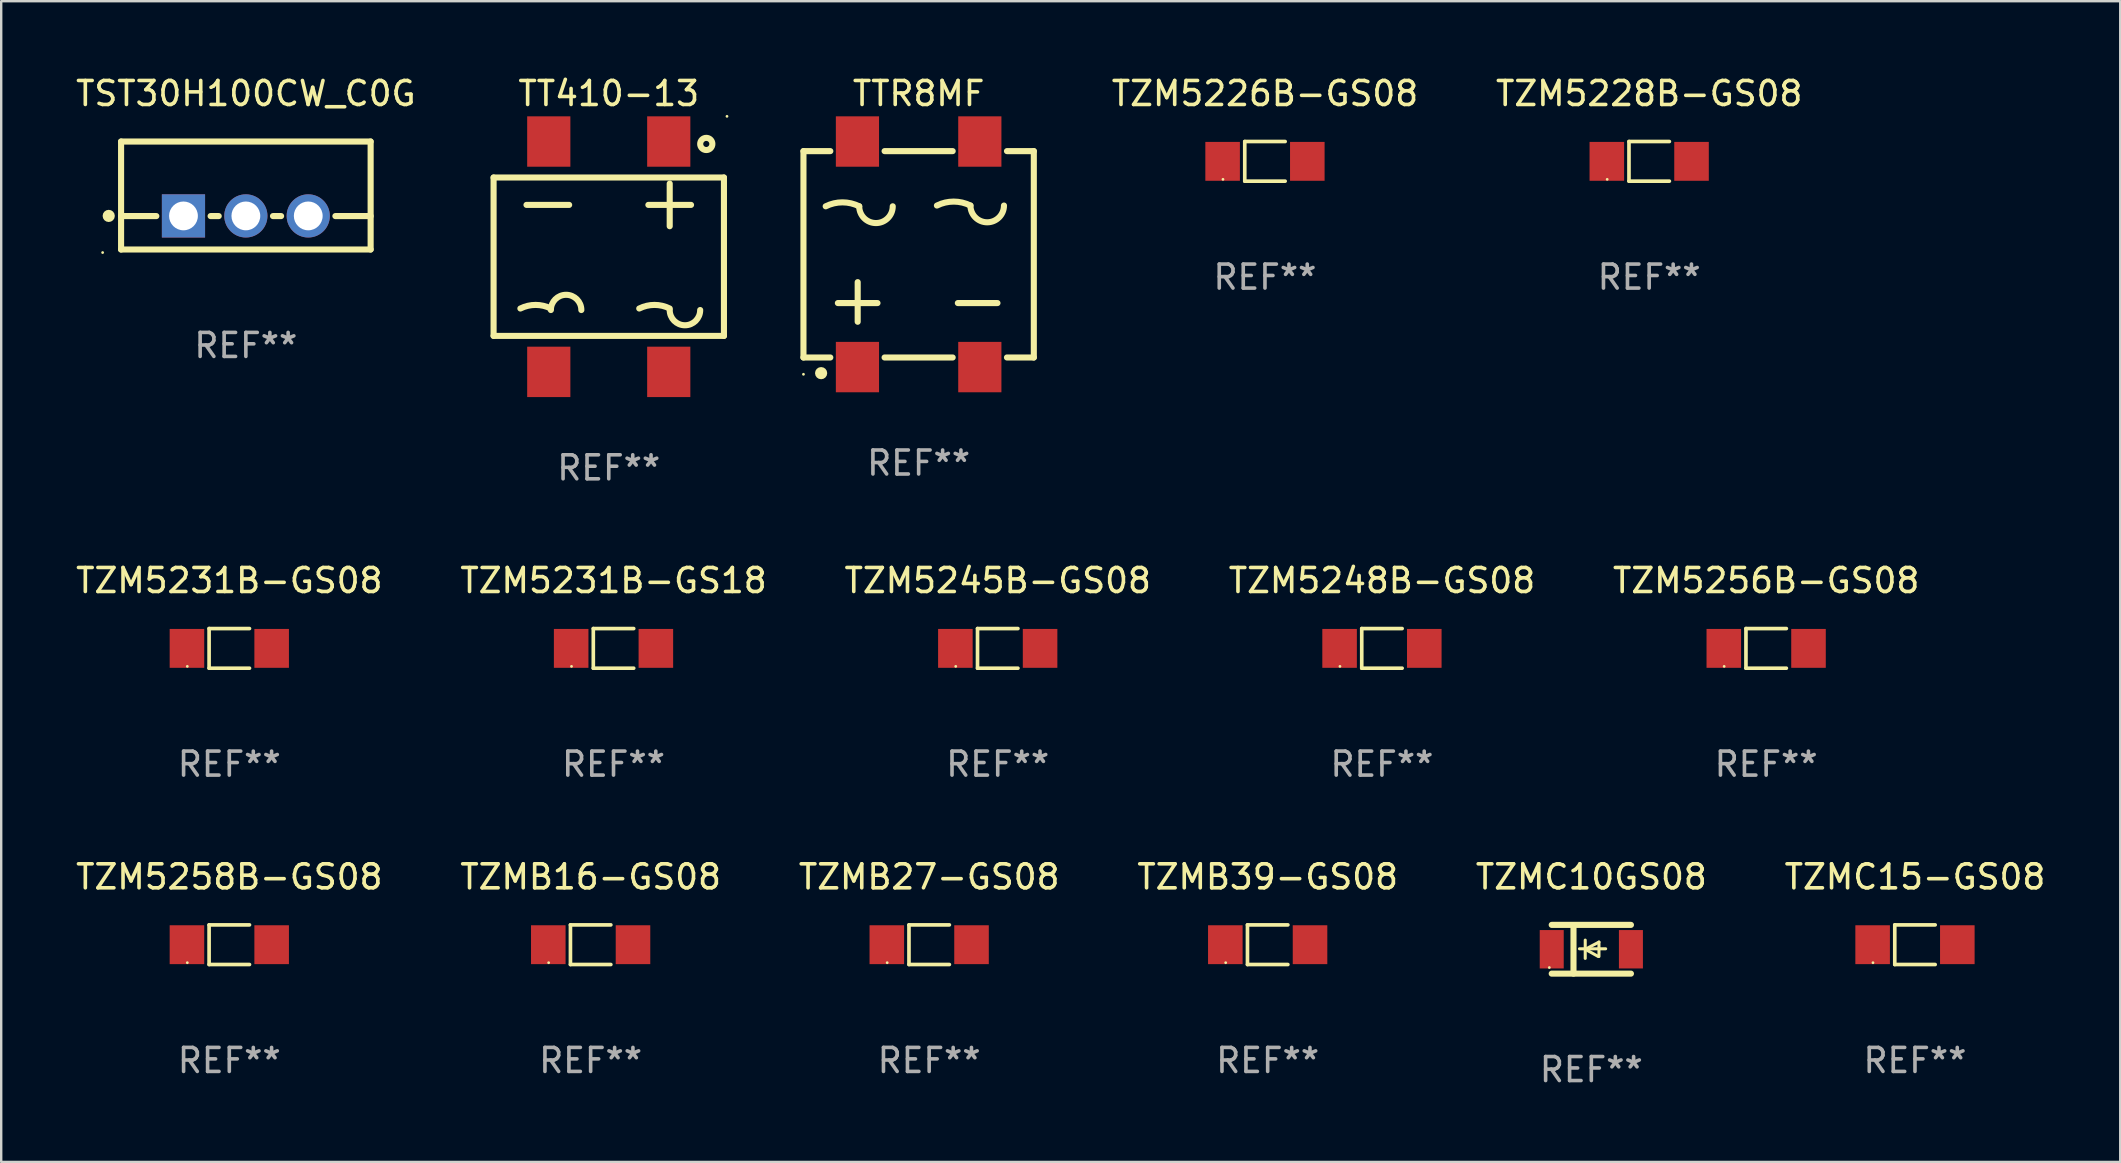
<source format=kicad_pcb>
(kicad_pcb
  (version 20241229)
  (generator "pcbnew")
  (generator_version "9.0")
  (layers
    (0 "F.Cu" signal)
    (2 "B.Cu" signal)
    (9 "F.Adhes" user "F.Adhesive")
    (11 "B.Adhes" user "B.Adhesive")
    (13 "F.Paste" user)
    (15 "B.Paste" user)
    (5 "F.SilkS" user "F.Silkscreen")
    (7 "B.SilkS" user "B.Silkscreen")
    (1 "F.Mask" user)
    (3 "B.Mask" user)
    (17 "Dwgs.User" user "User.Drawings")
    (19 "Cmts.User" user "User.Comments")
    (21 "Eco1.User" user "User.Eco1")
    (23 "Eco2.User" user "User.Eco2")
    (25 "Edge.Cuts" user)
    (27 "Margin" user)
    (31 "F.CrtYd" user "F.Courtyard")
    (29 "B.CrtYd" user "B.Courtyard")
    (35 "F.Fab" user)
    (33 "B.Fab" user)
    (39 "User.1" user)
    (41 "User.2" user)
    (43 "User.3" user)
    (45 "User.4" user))
  (footprint "TZM5231B-GS08"
    (layer "F.Cu")
    (at 6.506 23.971)
    (property "Reference" "TZM5231B-GS08" (at 0 -2.826 0) (layer "F.SilkS") (effects (font (size 1 1) (thickness 0.15))))
    (attr through_hole)
    (fp_line (start -0.842 -0.826) (end -0.842 0.826) (stroke (width 0.152) (type solid)) (layer "F.SilkS"))
    (fp_line (start -0.842 -0.826) (end 0.842 -0.826) (stroke (width 0.152) (type solid)) (layer "F.SilkS"))
    (fp_line (start -0.842 0.826) (end 0.842 0.826) (stroke (width 0.152) (type solid)) (layer "F.SilkS"))
    (fp_circle (center -1.75 0.75) (end -1.72 0.75) (stroke (width 0.06) (type solid)) (fill no) (layer "F.SilkS"))
    (fp_text user "REF**" (at 0 4.826 0) (layer "F.Fab") (effects (font (size 1 1) (thickness 0.15))))
    (pad "1" smd rect (at -1.765 0) (size 1.44 1.62) (layers "F.Cu" "F.Mask" "F.Paste"))
    (pad "2" smd rect (at 1.765 0) (size 1.44 1.62) (layers "F.Cu" "F.Mask" "F.Paste")))
  (footprint "TZM5248B-GS08"
    (layer "F.Cu")
    (at 54.542 23.971)
    (property "Reference" "TZM5248B-GS08" (at 0 -2.826 0) (layer "F.SilkS") (effects (font (size 1 1) (thickness 0.15))))
    (attr through_hole)
    (fp_line (start -0.842 -0.826) (end -0.842 0.826) (stroke (width 0.152) (type solid)) (layer "F.SilkS"))
    (fp_line (start -0.842 -0.826) (end 0.842 -0.826) (stroke (width 0.152) (type solid)) (layer "F.SilkS"))
    (fp_line (start -0.842 0.826) (end 0.842 0.826) (stroke (width 0.152) (type solid)) (layer "F.SilkS"))
    (fp_circle (center -1.75 0.75) (end -1.72 0.75) (stroke (width 0.06) (type solid)) (fill no) (layer "F.SilkS"))
    (fp_text user "REF**" (at 0 4.826 0) (layer "F.Fab") (effects (font (size 1 1) (thickness 0.15))))
    (pad "1" smd rect (at -1.765 0) (size 1.44 1.62) (layers "F.Cu" "F.Mask" "F.Paste"))
    (pad "2" smd rect (at 1.765 0) (size 1.44 1.62) (layers "F.Cu" "F.Mask" "F.Paste")))
  (footprint "TT410-13"
    (layer "F.Cu")
    (at 22.32 7.648)
    (property "Reference" "TT410-13" (at 0 -6.8 0) (layer "F.SilkS") (effects (font (size 1 1) (thickness 0.15))))
    (attr through_hole)
    (fp_line (start -4.8 -3.3) (end 4.8 -3.3) (stroke (width 0.254) (type solid)) (layer "F.SilkS"))
    (fp_line (start -4.8 3.3) (end -4.8 -3.3) (stroke (width 0.254) (type solid)) (layer "F.SilkS"))
    (fp_line (start -3.429 -2.159) (end -1.651 -2.159) (stroke (width 0.254) (type solid)) (layer "F.SilkS"))
    (fp_line (start 1.651 -2.159) (end 3.429 -2.159) (stroke (width 0.254) (type solid)) (layer "F.SilkS"))
    (fp_line (start 2.54 -1.27) (end 2.54 -3.048) (stroke (width 0.254) (type solid)) (layer "F.SilkS"))
    (fp_line (start 4.8 -3.3) (end 4.8 3.3) (stroke (width 0.254) (type solid)) (layer "F.SilkS"))
    (fp_line (start 4.8 3.3) (end -4.8 3.3) (stroke (width 0.254) (type solid)) (layer "F.SilkS"))
    (fp_arc (start -3.683007 2.159004) (mid -3.048006 2.009101) (end -2.413004 2.159004) (stroke (width 0.254001) (type solid)) (layer "F.SilkS"))
    (fp_arc (start -2.413006 2.222504) (mid -1.778004 1.587502) (end -1.143002 2.222504) (stroke (width 0.254001) (type solid)) (layer "F.SilkS"))
    (fp_arc (start 1.270003 2.159004) (mid 1.905004 2.009101) (end 2.540006 2.159004) (stroke (width 0.254001) (type solid)) (layer "F.SilkS"))
    (fp_arc (start 3.810008 2.222504) (mid 3.175006 2.857506) (end 2.540004 2.222504) (stroke (width 0.254001) (type solid)) (layer "F.SilkS"))
    (fp_circle (center 4.064 -4.699) (end 4.318 -4.699) (stroke (width 0.254) (type solid)) (fill no) (layer "F.SilkS"))
    (fp_circle (center 4.927 -5.85) (end 4.957 -5.85) (stroke (width 0.06) (type solid)) (fill no) (layer "F.SilkS"))
    (fp_text user "REF**" (at 0 8.8 0) (layer "F.Fab") (effects (font (size 1 1) (thickness 0.15))))
    (pad "1" smd rect (at 2.5 -4.8) (size 1.8 2.1) (layers "F.Cu" "F.Mask" "F.Paste"))
    (pad "2" smd rect (at 2.5 4.8) (size 1.8 2.1) (layers "F.Cu" "F.Mask" "F.Paste"))
    (pad "3" smd rect (at -2.5 -4.8) (size 1.8 2.1) (layers "F.Cu" "F.Mask" "F.Paste"))
    (pad "4" smd rect (at -2.5 4.8) (size 1.8 2.1) (layers "F.Cu" "F.Mask" "F.Paste")))
  (footprint "TZMB27-GS08"
    (layer "F.Cu")
    (at 35.673 36.32)
    (property "Reference" "TZMB27-GS08" (at 0 -2.826 0) (layer "F.SilkS") (effects (font (size 1 1) (thickness 0.15))))
    (attr through_hole)
    (fp_line (start -0.842 -0.826) (end -0.842 0.826) (stroke (width 0.152) (type solid)) (layer "F.SilkS"))
    (fp_line (start -0.842 -0.826) (end 0.842 -0.826) (stroke (width 0.152) (type solid)) (layer "F.SilkS"))
    (fp_line (start -0.842 0.826) (end 0.842 0.826) (stroke (width 0.152) (type solid)) (layer "F.SilkS"))
    (fp_circle (center -1.75 0.75) (end -1.72 0.75) (stroke (width 0.06) (type solid)) (fill no) (layer "F.SilkS"))
    (fp_text user "REF**" (at 0 4.826 0) (layer "F.Fab") (effects (font (size 1 1) (thickness 0.15))))
    (pad "1" smd rect (at -1.765 0) (size 1.44 1.62) (layers "F.Cu" "F.Mask" "F.Paste"))
    (pad "2" smd rect (at 1.765 0) (size 1.44 1.62) (layers "F.Cu" "F.Mask" "F.Paste")))
  (footprint "TZM5226B-GS08"
    (layer "F.Cu")
    (at 49.667 3.674)
    (property "Reference" "TZM5226B-GS08" (at 0 -2.826 0) (layer "F.SilkS") (effects (font (size 1 1) (thickness 0.15))))
    (attr through_hole)
    (fp_line (start -0.842 -0.826) (end -0.842 0.826) (stroke (width 0.152) (type solid)) (layer "F.SilkS"))
    (fp_line (start -0.842 -0.826) (end 0.842 -0.826) (stroke (width 0.152) (type solid)) (layer "F.SilkS"))
    (fp_line (start -0.842 0.826) (end 0.842 0.826) (stroke (width 0.152) (type solid)) (layer "F.SilkS"))
    (fp_circle (center -1.75 0.75) (end -1.72 0.75) (stroke (width 0.06) (type solid)) (fill no) (layer "F.SilkS"))
    (fp_text user "REF**" (at 0 4.826 0) (layer "F.Fab") (effects (font (size 1 1) (thickness 0.15))))
    (pad "1" smd rect (at -1.765 0) (size 1.44 1.62) (layers "F.Cu" "F.Mask" "F.Paste"))
    (pad "2" smd rect (at 1.765 0) (size 1.44 1.62) (layers "F.Cu" "F.Mask" "F.Paste")))
  (footprint "TZM5258B-GS08"
    (layer "F.Cu")
    (at 6.506 36.32)
    (property "Reference" "TZM5258B-GS08" (at 0 -2.826 0) (layer "F.SilkS") (effects (font (size 1 1) (thickness 0.15))))
    (attr through_hole)
    (fp_line (start -0.842 -0.826) (end -0.842 0.826) (stroke (width 0.152) (type solid)) (layer "F.SilkS"))
    (fp_line (start -0.842 -0.826) (end 0.842 -0.826) (stroke (width 0.152) (type solid)) (layer "F.SilkS"))
    (fp_line (start -0.842 0.826) (end 0.842 0.826) (stroke (width 0.152) (type solid)) (layer "F.SilkS"))
    (fp_circle (center -1.75 0.75) (end -1.72 0.75) (stroke (width 0.06) (type solid)) (fill no) (layer "F.SilkS"))
    (fp_text user "REF**" (at 0 4.826 0) (layer "F.Fab") (effects (font (size 1 1) (thickness 0.15))))
    (pad "1" smd rect (at -1.765 0) (size 1.44 1.62) (layers "F.Cu" "F.Mask" "F.Paste"))
    (pad "2" smd rect (at 1.765 0) (size 1.44 1.62) (layers "F.Cu" "F.Mask" "F.Paste")))
  (footprint "TZM5245B-GS08"
    (layer "F.Cu")
    (at 38.53 23.971)
    (property "Reference" "TZM5245B-GS08" (at 0 -2.826 0) (layer "F.SilkS") (effects (font (size 1 1) (thickness 0.15))))
    (attr through_hole)
    (fp_line (start -0.842 -0.826) (end -0.842 0.826) (stroke (width 0.152) (type solid)) (layer "F.SilkS"))
    (fp_line (start -0.842 -0.826) (end 0.842 -0.826) (stroke (width 0.152) (type solid)) (layer "F.SilkS"))
    (fp_line (start -0.842 0.826) (end 0.842 0.826) (stroke (width 0.152) (type solid)) (layer "F.SilkS"))
    (fp_circle (center -1.75 0.75) (end -1.72 0.75) (stroke (width 0.06) (type solid)) (fill no) (layer "F.SilkS"))
    (fp_text user "REF**" (at 0 4.826 0) (layer "F.Fab") (effects (font (size 1 1) (thickness 0.15))))
    (pad "1" smd rect (at -1.765 0) (size 1.44 1.62) (layers "F.Cu" "F.Mask" "F.Paste"))
    (pad "2" smd rect (at 1.765 0) (size 1.44 1.62) (layers "F.Cu" "F.Mask" "F.Paste")))
  (footprint "TZMC15-GS08"
    (layer "F.Cu")
    (at 76.756 36.32)
    (property "Reference" "TZMC15-GS08" (at 0 -2.826 0) (layer "F.SilkS") (effects (font (size 1 1) (thickness 0.15))))
    (attr through_hole)
    (fp_line (start -0.842 -0.826) (end -0.842 0.826) (stroke (width 0.152) (type solid)) (layer "F.SilkS"))
    (fp_line (start -0.842 -0.826) (end 0.842 -0.826) (stroke (width 0.152) (type solid)) (layer "F.SilkS"))
    (fp_line (start -0.842 0.826) (end 0.842 0.826) (stroke (width 0.152) (type solid)) (layer "F.SilkS"))
    (fp_circle (center -1.75 0.75) (end -1.72 0.75) (stroke (width 0.06) (type solid)) (fill no) (layer "F.SilkS"))
    (fp_text user "REF**" (at 0 4.826 0) (layer "F.Fab") (effects (font (size 1 1) (thickness 0.15))))
    (pad "1" smd rect (at -1.765 0) (size 1.44 1.62) (layers "F.Cu" "F.Mask" "F.Paste"))
    (pad "2" smd rect (at 1.765 0) (size 1.44 1.62) (layers "F.Cu" "F.Mask" "F.Paste")))
  (footprint "TZM5256B-GS08"
    (layer "F.Cu")
    (at 70.554 23.971)
    (property "Reference" "TZM5256B-GS08" (at 0 -2.826 0) (layer "F.SilkS") (effects (font (size 1 1) (thickness 0.15))))
    (attr through_hole)
    (fp_line (start -0.842 -0.826) (end -0.842 0.826) (stroke (width 0.152) (type solid)) (layer "F.SilkS"))
    (fp_line (start -0.842 -0.826) (end 0.842 -0.826) (stroke (width 0.152) (type solid)) (layer "F.SilkS"))
    (fp_line (start -0.842 0.826) (end 0.842 0.826) (stroke (width 0.152) (type solid)) (layer "F.SilkS"))
    (fp_circle (center -1.75 0.75) (end -1.72 0.75) (stroke (width 0.06) (type solid)) (fill no) (layer "F.SilkS"))
    (fp_text user "REF**" (at 0 4.826 0) (layer "F.Fab") (effects (font (size 1 1) (thickness 0.15))))
    (pad "1" smd rect (at -1.765 0) (size 1.44 1.62) (layers "F.Cu" "F.Mask" "F.Paste"))
    (pad "2" smd rect (at 1.765 0) (size 1.44 1.62) (layers "F.Cu" "F.Mask" "F.Paste")))
  (footprint "TZM5231B-GS18"
    (layer "F.Cu")
    (at 22.518 23.971)
    (property "Reference" "TZM5231B-GS18" (at 0 -2.826 0) (layer "F.SilkS") (effects (font (size 1 1) (thickness 0.15))))
    (attr through_hole)
    (fp_line (start -0.842 -0.826) (end -0.842 0.826) (stroke (width 0.152) (type solid)) (layer "F.SilkS"))
    (fp_line (start -0.842 -0.826) (end 0.842 -0.826) (stroke (width 0.152) (type solid)) (layer "F.SilkS"))
    (fp_line (start -0.842 0.826) (end 0.842 0.826) (stroke (width 0.152) (type solid)) (layer "F.SilkS"))
    (fp_circle (center -1.75 0.75) (end -1.72 0.75) (stroke (width 0.06) (type solid)) (fill no) (layer "F.SilkS"))
    (fp_text user "REF**" (at 0 4.826 0) (layer "F.Fab") (effects (font (size 1 1) (thickness 0.15))))
    (pad "1" smd rect (at -1.765 0) (size 1.44 1.62) (layers "F.Cu" "F.Mask" "F.Paste"))
    (pad "2" smd rect (at 1.765 0) (size 1.44 1.62) (layers "F.Cu" "F.Mask" "F.Paste")))
  (footprint "TZM5228B-GS08"
    (layer "F.Cu")
    (at 65.679 3.674)
    (property "Reference" "TZM5228B-GS08" (at 0 -2.826 0) (layer "F.SilkS") (effects (font (size 1 1) (thickness 0.15))))
    (attr through_hole)
    (fp_line (start -0.842 -0.826) (end -0.842 0.826) (stroke (width 0.152) (type solid)) (layer "F.SilkS"))
    (fp_line (start -0.842 -0.826) (end 0.842 -0.826) (stroke (width 0.152) (type solid)) (layer "F.SilkS"))
    (fp_line (start -0.842 0.826) (end 0.842 0.826) (stroke (width 0.152) (type solid)) (layer "F.SilkS"))
    (fp_circle (center -1.75 0.75) (end -1.72 0.75) (stroke (width 0.06) (type solid)) (fill no) (layer "F.SilkS"))
    (fp_text user "REF**" (at 0 4.826 0) (layer "F.Fab") (effects (font (size 1 1) (thickness 0.15))))
    (pad "1" smd rect (at -1.765 0) (size 1.44 1.62) (layers "F.Cu" "F.Mask" "F.Paste"))
    (pad "2" smd rect (at 1.765 0) (size 1.44 1.62) (layers "F.Cu" "F.Mask" "F.Paste")))
  (footprint "TZMB39-GS08"
    (layer "F.Cu")
    (at 49.78 36.32)
    (property "Reference" "TZMB39-GS08" (at 0 -2.826 0) (layer "F.SilkS") (effects (font (size 1 1) (thickness 0.15))))
    (attr through_hole)
    (fp_line (start -0.842 -0.826) (end -0.842 0.826) (stroke (width 0.152) (type solid)) (layer "F.SilkS"))
    (fp_line (start -0.842 -0.826) (end 0.842 -0.826) (stroke (width 0.152) (type solid)) (layer "F.SilkS"))
    (fp_line (start -0.842 0.826) (end 0.842 0.826) (stroke (width 0.152) (type solid)) (layer "F.SilkS"))
    (fp_circle (center -1.75 0.75) (end -1.72 0.75) (stroke (width 0.06) (type solid)) (fill no) (layer "F.SilkS"))
    (fp_text user "REF**" (at 0 4.826 0) (layer "F.Fab") (effects (font (size 1 1) (thickness 0.15))))
    (pad "1" smd rect (at -1.765 0) (size 1.44 1.62) (layers "F.Cu" "F.Mask" "F.Paste"))
    (pad "2" smd rect (at 1.765 0) (size 1.44 1.62) (layers "F.Cu" "F.Mask" "F.Paste")))
  (footprint "TZMB16-GS08"
    (layer "F.Cu")
    (at 21.565 36.32)
    (property "Reference" "TZMB16-GS08" (at 0 -2.826 0) (layer "F.SilkS") (effects (font (size 1 1) (thickness 0.15))))
    (attr through_hole)
    (fp_line (start -0.842 -0.826) (end -0.842 0.826) (stroke (width 0.152) (type solid)) (layer "F.SilkS"))
    (fp_line (start -0.842 -0.826) (end 0.842 -0.826) (stroke (width 0.152) (type solid)) (layer "F.SilkS"))
    (fp_line (start -0.842 0.826) (end 0.842 0.826) (stroke (width 0.152) (type solid)) (layer "F.SilkS"))
    (fp_circle (center -1.75 0.75) (end -1.72 0.75) (stroke (width 0.06) (type solid)) (fill no) (layer "F.SilkS"))
    (fp_text user "REF**" (at 0 4.826 0) (layer "F.Fab") (effects (font (size 1 1) (thickness 0.15))))
    (pad "1" smd rect (at -1.765 0) (size 1.44 1.62) (layers "F.Cu" "F.Mask" "F.Paste"))
    (pad "2" smd rect (at 1.765 0) (size 1.44 1.62) (layers "F.Cu" "F.Mask" "F.Paste")))
  (footprint "TZMC10GS08"
    (layer "F.Cu")
    (at 63.268 36.51)
    (property "Reference" "TZMC10GS08" (at 0 -3.016 0) (layer "F.SilkS") (effects (font (size 1 1) (thickness 0.15))))
    (attr through_hole)
    (fp_line (start -1.651 -1.016) (end 1.651 -1.016) (stroke (width 0.254) (type solid)) (layer "F.SilkS"))
    (fp_line (start -1.651 1.016) (end 1.651 1.016) (stroke (width 0.254) (type solid)) (layer "F.SilkS"))
    (fp_line (start -0.743 -1) (end -0.743 1.016) (stroke (width 0.254) (type solid)) (layer "F.SilkS"))
    (fp_line (start -0.495 -0.02) (end 0.597 -0.02) (stroke (width 0.127) (type solid)) (layer "F.SilkS"))
    (fp_line (start -0.254 0) (end -0.254 -0.381) (stroke (width 0.127) (type solid)) (layer "F.SilkS"))
    (fp_line (start -0.254 0) (end -0.254 0.381) (stroke (width 0.127) (type solid)) (layer "F.SilkS"))
    (fp_line (start 0.288 0.301) (end -0.254 0) (stroke (width 0.127) (type solid)) (layer "F.SilkS"))
    (fp_line (start 0.318 -0.299) (end -0.254 0) (stroke (width 0.127) (type solid)) (layer "F.SilkS"))
    (fp_line (start 0.318 -0.299) (end 0.318 0.301) (stroke (width 0.127) (type solid)) (layer "F.SilkS"))
    (fp_circle (center -1.75 0.763) (end -1.72 0.763) (stroke (width 0.06) (type solid)) (fill no) (layer "F.SilkS"))
    (fp_text user "REF**" (at 0 5.016 0) (layer "F.Fab") (effects (font (size 1 1) (thickness 0.15))))
    (pad "1" smd rect (at -1.65 0 90) (size 1.6 1) (layers "F.Cu" "F.Mask" "F.Paste"))
    (pad "2" smd rect (at 1.65 0 90) (size 1.6 1) (layers "F.Cu" "F.Mask" "F.Paste")))
  (footprint "TST30H100CW_C0G"
    (layer "F.Cu")
    (at 7.196 5.098)
    (property "Reference" "TST30H100CW_C0G" (at 0 -4.25 0) (layer "F.SilkS") (effects (font (size 1 1) (thickness 0.15))))
    (attr through_hole)
    (fp_line (start -5.2 -2.25) (end -5.2 2.25) (stroke (width 0.254) (type solid)) (layer "F.SilkS"))
    (fp_line (start -5.2 -2.25) (end 5.2 -2.25) (stroke (width 0.254) (type solid)) (layer "F.SilkS"))
    (fp_line (start -5.2 0.857) (end -3.731 0.857) (stroke (width 0.254) (type solid)) (layer "F.SilkS"))
    (fp_line (start -5.2 2.25) (end 5.2 2.25) (stroke (width 0.254) (type solid)) (layer "F.SilkS"))
    (fp_line (start -1.469 0.857) (end -1.131 0.857) (stroke (width 0.254) (type solid)) (layer "F.SilkS"))
    (fp_line (start 1.131 0.857) (end 1.469 0.857) (stroke (width 0.254) (type solid)) (layer "F.SilkS"))
    (fp_line (start 3.731 0.857) (end 5.2 0.857) (stroke (width 0.254) (type solid)) (layer "F.SilkS"))
    (fp_line (start 5.2 -2.25) (end 5.2 2.25) (stroke (width 0.254) (type solid)) (layer "F.SilkS"))
    (fp_circle (center -5.969 2.377) (end -5.939 2.377) (stroke (width 0.06) (type solid)) (fill no) (layer "F.SilkS"))
    (fp_circle (center -5.715 0.85) (end -5.588 0.85) (stroke (width 0.254) (type solid)) (fill no) (layer "F.SilkS"))
    (fp_text user "REF**" (at 0 6.25 0) (layer "F.Fab") (effects (font (size 1 1) (thickness 0.15))))
    (pad "1" thru_hole rect (at -2.6 0.85) (size 1.8 1.8) (drill 1.2) (layers "*.Cu" "*.Mask"))
    (pad "2" thru_hole circle (at 0 0.85) (size 1.8 1.8) (drill 1.2) (layers "*.Cu" "*.Mask"))
    (pad "3" thru_hole circle (at 2.6 0.85) (size 1.8 1.8) (drill 1.2) (layers "*.Cu" "*.Mask")))
  (footprint "TTR8MF"
    (layer "F.Cu")
    (at 35.234 7.548)
    (property "Reference" "TTR8MF" (at 0 -6.7 0) (layer "F.SilkS") (effects (font (size 1 1) (thickness 0.15))))
    (attr through_hole)
    (fp_line (start -4.8 -4.3) (end -3.681 -4.3) (stroke (width 0.254) (type solid)) (layer "F.SilkS"))
    (fp_line (start -4.8 4.3) (end -4.8 -4.3) (stroke (width 0.254) (type solid)) (layer "F.SilkS"))
    (fp_line (start -4.8 4.3) (end -3.681 4.3) (stroke (width 0.254) (type solid)) (layer "F.SilkS"))
    (fp_line (start -3.366 2.032) (end -1.715 2.032) (stroke (width 0.254) (type solid)) (layer "F.SilkS"))
    (fp_line (start -2.54 2.811) (end -2.54 1.16) (stroke (width 0.254) (type solid)) (layer "F.SilkS"))
    (fp_line (start -1.419 -4.3) (end 1.419 -4.3) (stroke (width 0.254) (type solid)) (layer "F.SilkS"))
    (fp_line (start -1.419 4.3) (end 1.419 4.3) (stroke (width 0.254) (type solid)) (layer "F.SilkS"))
    (fp_line (start 1.634 2.032) (end 3.285 2.032) (stroke (width 0.254) (type solid)) (layer "F.SilkS"))
    (fp_line (start 3.681 -4.3) (end 4.8 -4.3) (stroke (width 0.254) (type solid)) (layer "F.SilkS"))
    (fp_line (start 3.681 4.3) (end 4.8 4.3) (stroke (width 0.254) (type solid)) (layer "F.SilkS"))
    (fp_line (start 4.8 4.3) (end 4.8 -4.3) (stroke (width 0.254) (type solid)) (layer "F.SilkS"))
    (fp_arc (start -3.873533 -2.000279) (mid -3.175032 -2.165173) (end -2.476531 -2.000279) (stroke (width 0.254001) (type solid)) (layer "F.SilkS"))
    (fp_arc (start -1.079528 -2.000279) (mid -1.778029 -1.301778) (end -2.47653 -2.000279) (stroke (width 0.254001) (type solid)) (layer "F.SilkS"))
    (fp_arc (start 0.762002 -2.032004) (mid 1.460503 -2.196898) (end 2.159005 -2.032004) (stroke (width 0.254001) (type solid)) (layer "F.SilkS"))
    (fp_arc (start 3.556007 -2.032004) (mid 2.857506 -1.333503) (end 2.159005 -2.032004) (stroke (width 0.254001) (type solid)) (layer "F.SilkS"))
    (fp_circle (center -4.8 5) (end -4.77 5) (stroke (width 0.06) (type solid)) (fill no) (layer "F.SilkS"))
    (fp_circle (center -4.064 4.953) (end -3.937 4.953) (stroke (width 0.254) (type solid)) (fill no) (layer "F.SilkS"))
    (fp_text user "REF**" (at 0 8.7 0) (layer "F.Fab") (effects (font (size 1 1) (thickness 0.15))))
    (pad "1" smd rect (at -2.55 4.7) (size 1.8 2.1) (layers "F.Cu" "F.Mask" "F.Paste"))
    (pad "2" smd rect (at 2.55 4.7 180) (size 1.8 2.1) (layers "F.Cu" "F.Mask" "F.Paste"))
    (pad "3" smd rect (at 2.55 -4.7 180) (size 1.8 2.1) (layers "F.Cu" "F.Mask" "F.Paste"))
    (pad "4" smd rect (at -2.55 -4.7 180) (size 1.8 2.1) (layers "F.Cu" "F.Mask" "F.Paste")))
  (gr_rect
    (start -3 -3)
    (end 85.31 45.374)
    (stroke (width 0.1) (type default))
    (fill no)
    (layer "Edge.Cuts")))
</source>
